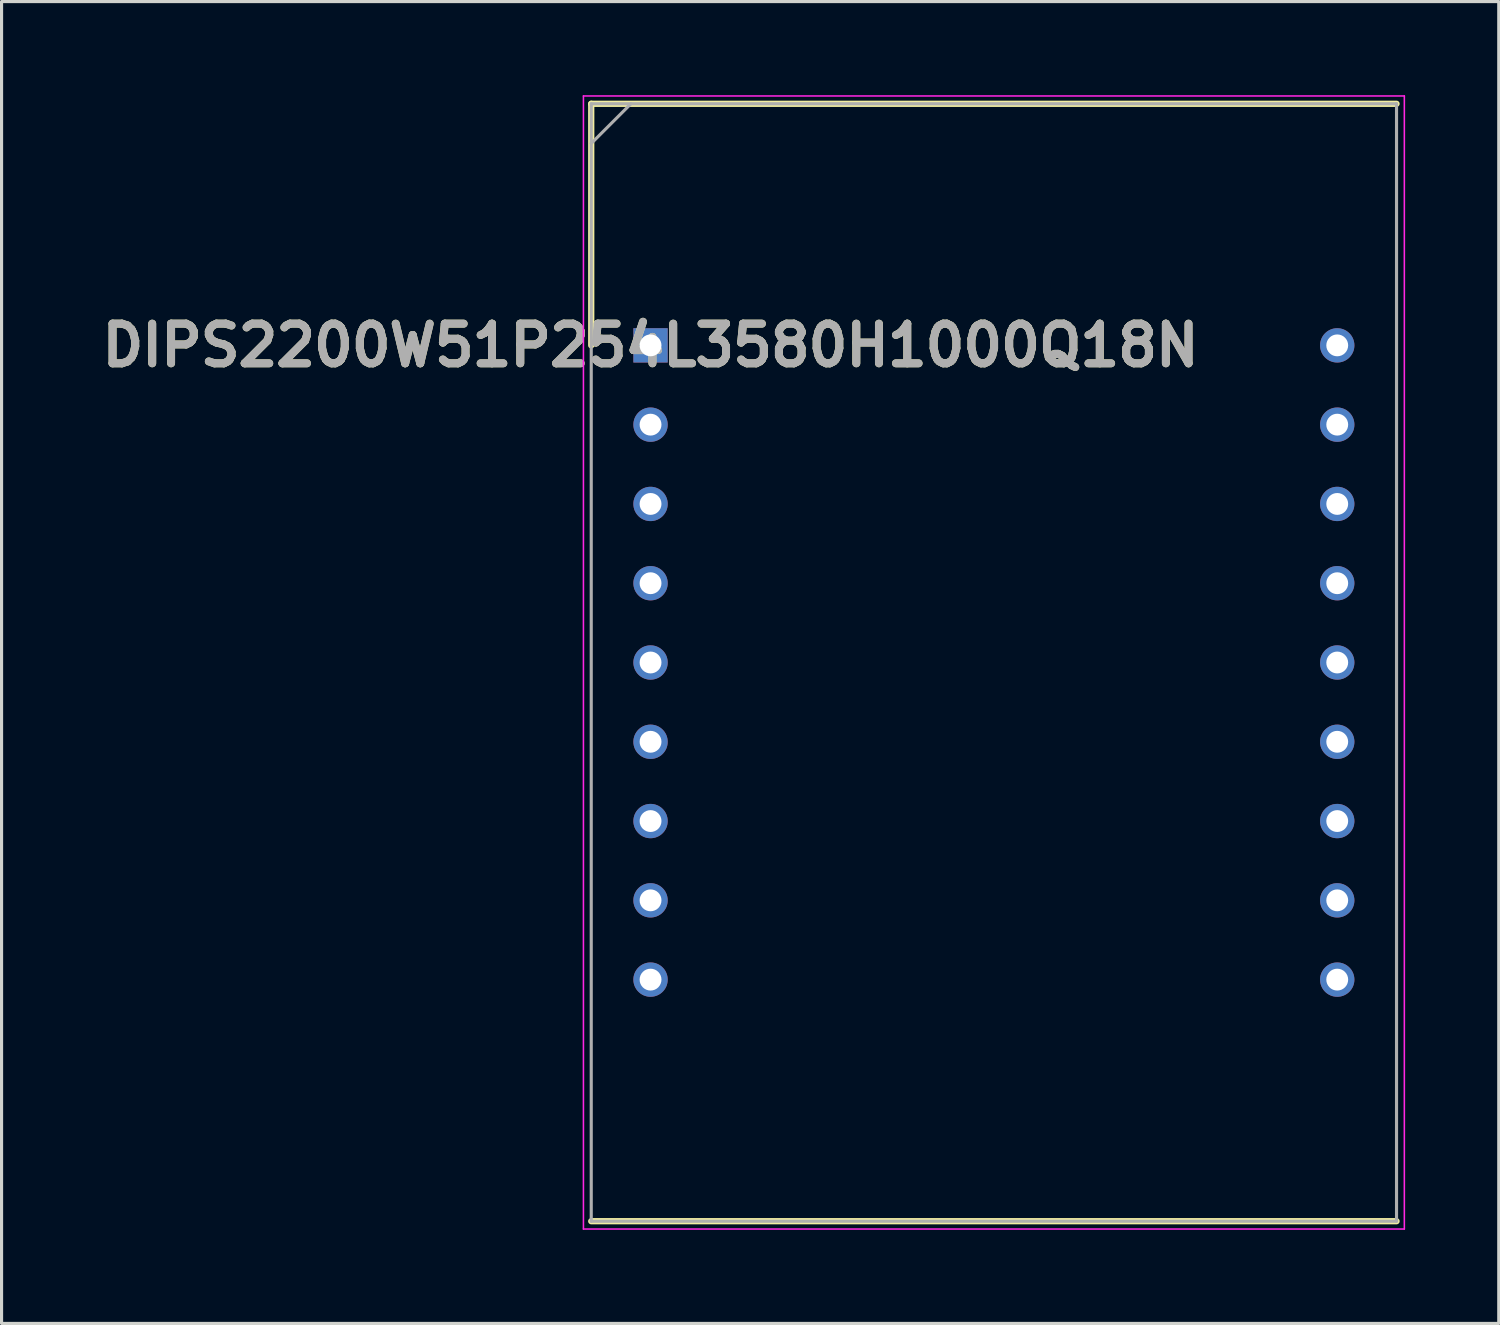
<source format=kicad_pcb>
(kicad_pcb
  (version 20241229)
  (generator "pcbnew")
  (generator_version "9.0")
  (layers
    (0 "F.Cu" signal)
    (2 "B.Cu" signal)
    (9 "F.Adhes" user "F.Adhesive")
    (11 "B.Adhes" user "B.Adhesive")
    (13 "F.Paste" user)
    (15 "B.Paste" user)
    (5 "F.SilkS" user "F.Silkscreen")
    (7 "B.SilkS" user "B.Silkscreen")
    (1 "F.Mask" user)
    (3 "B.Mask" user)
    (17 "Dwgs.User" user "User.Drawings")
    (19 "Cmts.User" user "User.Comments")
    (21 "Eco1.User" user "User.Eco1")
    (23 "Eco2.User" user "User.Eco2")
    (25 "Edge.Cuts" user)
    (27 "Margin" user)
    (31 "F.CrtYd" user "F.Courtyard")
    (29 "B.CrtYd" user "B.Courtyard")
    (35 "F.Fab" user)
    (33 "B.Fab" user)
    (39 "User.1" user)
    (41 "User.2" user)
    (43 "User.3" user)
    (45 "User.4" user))
  (footprint "DIPS2200W51P254L3580H1000Q18N"
    (layer "F.Cu")
    (at 17.792 8.015)
    (property "Reference" "DIPS2200W51P254L3580H1000Q18N" (at 0 0 0) (layer "F.SilkS") (effects (font (size 1.27 1.27) (thickness 0.254))))
    (attr through_hole)
    (fp_line (start -1.9 -7.74) (end -1.9 0) (stroke (width 0.2) (type solid)) (layer "F.SilkS"))
    (fp_line (start -1.9 28.06) (end 23.9 28.06) (stroke (width 0.2) (type solid)) (layer "F.SilkS"))
    (fp_line (start 23.9 -7.74) (end -1.9 -7.74) (stroke (width 0.2) (type solid)) (layer "F.SilkS"))
    (fp_line (start -2.15 -7.99) (end 24.15 -7.99) (stroke (width 0.05) (type solid)) (layer "F.CrtYd"))
    (fp_line (start -2.15 28.31) (end -2.15 -7.99) (stroke (width 0.05) (type solid)) (layer "F.CrtYd"))
    (fp_line (start 24.15 -7.99) (end 24.15 28.31) (stroke (width 0.05) (type solid)) (layer "F.CrtYd"))
    (fp_line (start 24.15 28.31) (end -2.15 28.31) (stroke (width 0.05) (type solid)) (layer "F.CrtYd"))
    (fp_line (start -1.9 -7.74) (end 23.9 -7.74) (stroke (width 0.1) (type solid)) (layer "F.Fab"))
    (fp_line (start -1.9 -6.47) (end -0.63 -7.74) (stroke (width 0.1) (type solid)) (layer "F.Fab"))
    (fp_line (start -1.9 28.06) (end -1.9 -7.74) (stroke (width 0.1) (type solid)) (layer "F.Fab"))
    (fp_line (start 23.9 -7.74) (end 23.9 28.06) (stroke (width 0.1) (type solid)) (layer "F.Fab"))
    (fp_line (start 23.9 28.06) (end -1.9 28.06) (stroke (width 0.1) (type solid)) (layer "F.Fab"))
    (fp_text user "${REFERENCE}" (at 0 0 0) (layer "F.Fab") (effects (font (size 1.27 1.27) (thickness 0.254))))
    (pad "1" thru_hole rect (at 0 0) (size 1.1 1.1) (drill 0.7) (layers "*.Cu" "*.Mask"))
    (pad "2" thru_hole circle (at 0 2.54) (size 1.1 1.1) (drill 0.7) (layers "*.Cu" "*.Mask"))
    (pad "3" thru_hole circle (at 0 5.08) (size 1.1 1.1) (drill 0.7) (layers "*.Cu" "*.Mask"))
    (pad "4" thru_hole circle (at 0 7.62) (size 1.1 1.1) (drill 0.7) (layers "*.Cu" "*.Mask"))
    (pad "5" thru_hole circle (at 0 10.16) (size 1.1 1.1) (drill 0.7) (layers "*.Cu" "*.Mask"))
    (pad "6" thru_hole circle (at 0 12.7) (size 1.1 1.1) (drill 0.7) (layers "*.Cu" "*.Mask"))
    (pad "7" thru_hole circle (at 0 15.24) (size 1.1 1.1) (drill 0.7) (layers "*.Cu" "*.Mask"))
    (pad "8" thru_hole circle (at 0 17.78) (size 1.1 1.1) (drill 0.7) (layers "*.Cu" "*.Mask"))
    (pad "9" thru_hole circle (at 0 20.32) (size 1.1 1.1) (drill 0.7) (layers "*.Cu" "*.Mask"))
    (pad "10" thru_hole circle (at 22 20.32) (size 1.1 1.1) (drill 0.7) (layers "*.Cu" "*.Mask"))
    (pad "11" thru_hole circle (at 22 17.78) (size 1.1 1.1) (drill 0.7) (layers "*.Cu" "*.Mask"))
    (pad "12" thru_hole circle (at 22 15.24) (size 1.1 1.1) (drill 0.7) (layers "*.Cu" "*.Mask"))
    (pad "13" thru_hole circle (at 22 12.7) (size 1.1 1.1) (drill 0.7) (layers "*.Cu" "*.Mask"))
    (pad "14" thru_hole circle (at 22 10.16) (size 1.1 1.1) (drill 0.7) (layers "*.Cu" "*.Mask"))
    (pad "15" thru_hole circle (at 22 7.62) (size 1.1 1.1) (drill 0.7) (layers "*.Cu" "*.Mask"))
    (pad "16" thru_hole circle (at 22 5.08) (size 1.1 1.1) (drill 0.7) (layers "*.Cu" "*.Mask"))
    (pad "17" thru_hole circle (at 22 2.54) (size 1.1 1.1) (drill 0.7) (layers "*.Cu" "*.Mask"))
    (pad "18" thru_hole circle (at 22 0) (size 1.1 1.1) (drill 0.7) (layers "*.Cu" "*.Mask")))
  (gr_rect
    (start -3 -3)
    (end 44.967 39.35)
    (stroke (width 0.1) (type default))
    (fill no)
    (layer "Edge.Cuts")))
</source>
